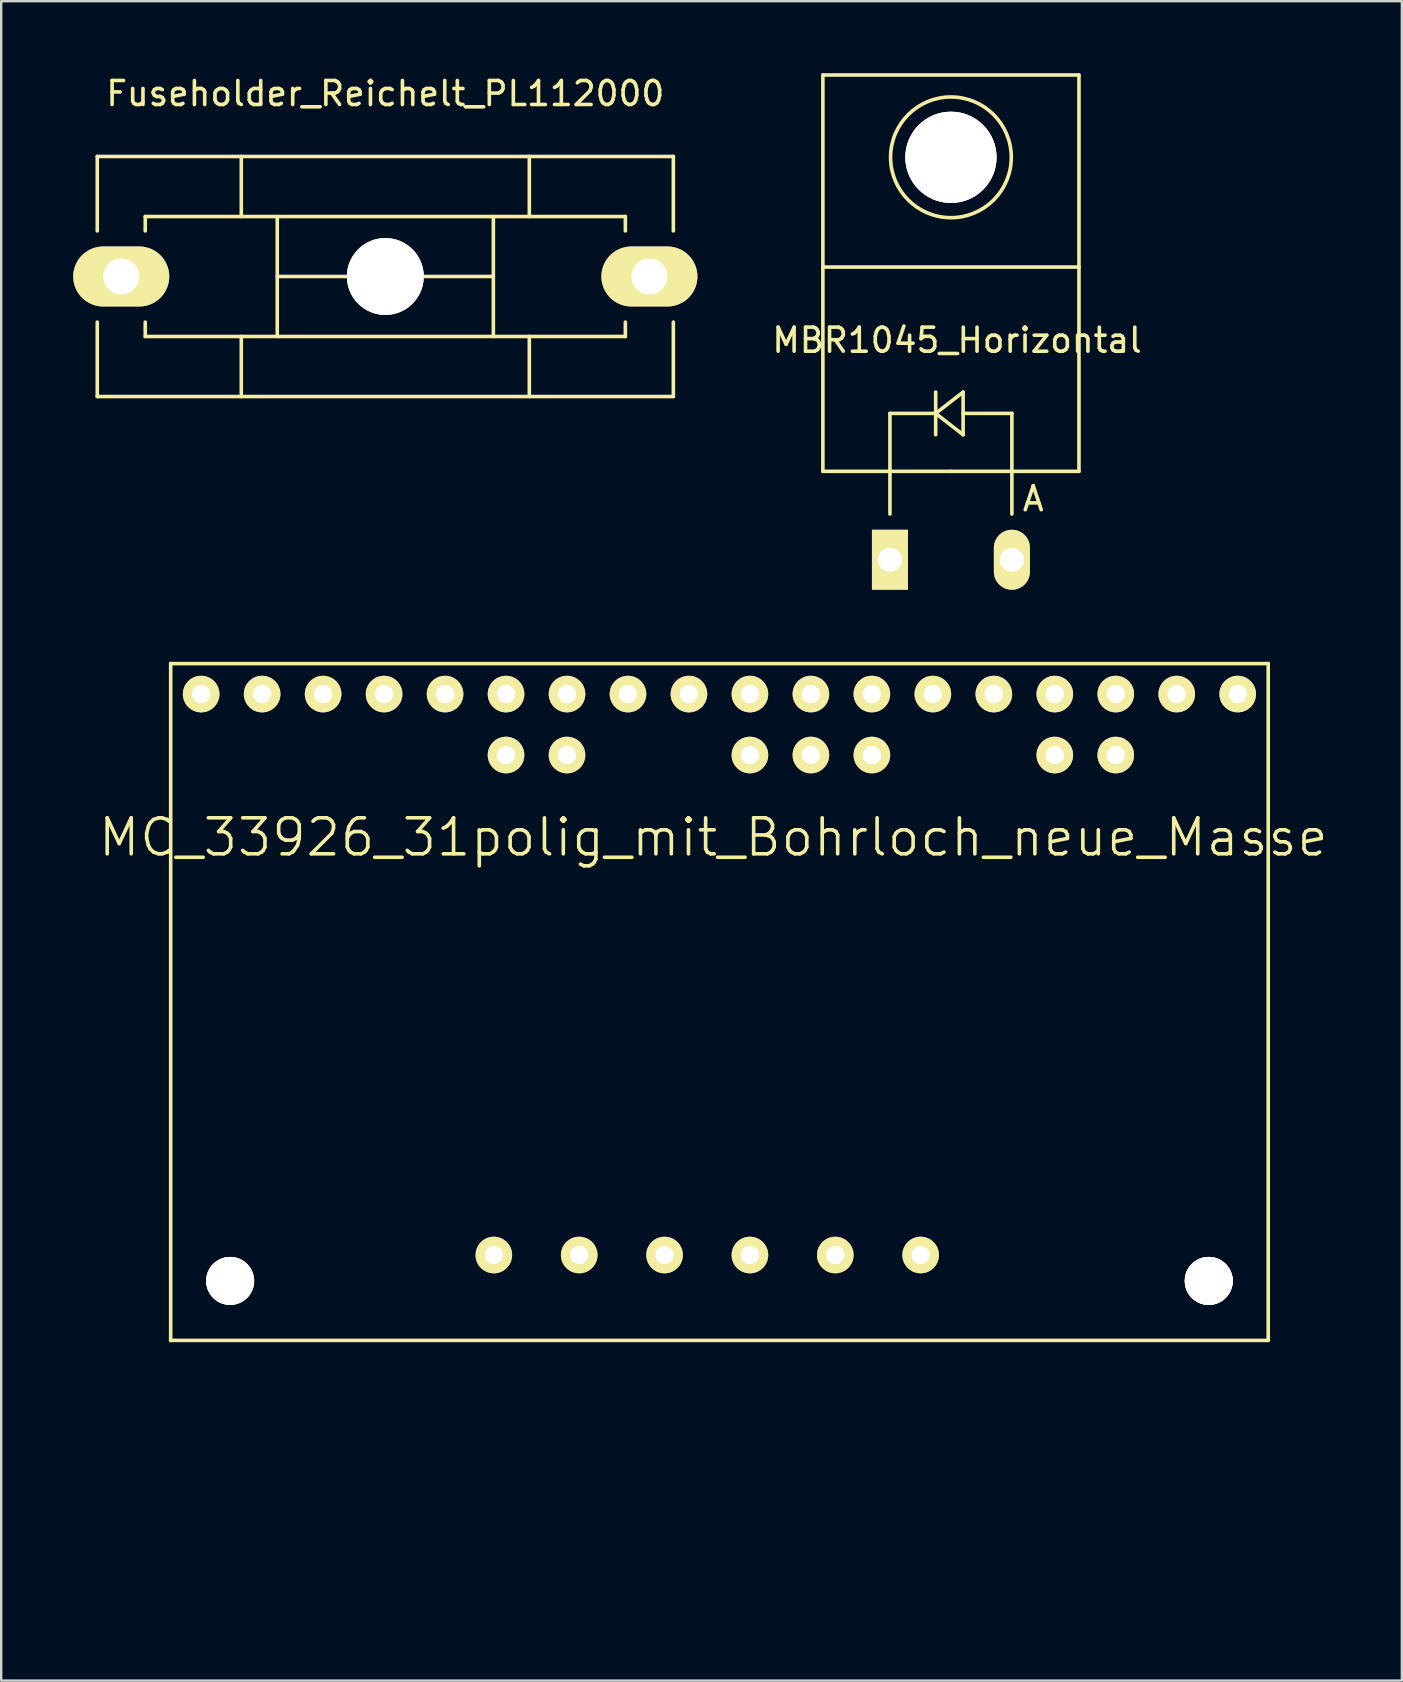
<source format=kicad_pcb>
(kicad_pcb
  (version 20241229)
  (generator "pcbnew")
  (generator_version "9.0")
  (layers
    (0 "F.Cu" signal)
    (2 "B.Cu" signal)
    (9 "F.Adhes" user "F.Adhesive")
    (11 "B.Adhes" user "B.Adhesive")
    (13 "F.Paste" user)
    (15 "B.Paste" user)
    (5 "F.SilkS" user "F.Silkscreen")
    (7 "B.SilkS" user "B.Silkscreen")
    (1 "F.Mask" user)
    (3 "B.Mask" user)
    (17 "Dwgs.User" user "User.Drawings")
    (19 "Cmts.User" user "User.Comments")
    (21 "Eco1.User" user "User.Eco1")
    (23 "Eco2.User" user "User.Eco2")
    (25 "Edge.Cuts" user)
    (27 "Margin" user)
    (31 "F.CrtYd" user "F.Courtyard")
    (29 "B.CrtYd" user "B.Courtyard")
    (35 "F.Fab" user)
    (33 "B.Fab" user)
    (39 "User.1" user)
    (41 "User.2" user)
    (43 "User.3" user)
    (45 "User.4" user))
  (footprint "MBR1045_Horizontal"
    (layer "F.Cu")
    (at 36.563 20.268)
    (property "Reference" "MBR1045_Horizontal" (at 0.254 -9.144 0) (layer "F.SilkS") (effects (font (size 1 1) (thickness 0.15))))
    (attr through_hole)
    (fp_line (start -5.334 -20.193) (end -5.334 -12.192) (stroke (width 0.15) (type solid)) (layer "F.SilkS"))
    (fp_line (start -5.334 -12.192) (end -5.334 -3.683) (stroke (width 0.15) (type solid)) (layer "F.SilkS"))
    (fp_line (start -2.54 -6.096) (end -2.54 -3.683) (stroke (width 0.15) (type solid)) (layer "F.SilkS"))
    (fp_line (start -2.54 -3.683) (end -2.54 -1.905) (stroke (width 0.15) (type solid)) (layer "F.SilkS"))
    (fp_line (start -0.635 -6.985) (end -0.635 -5.207) (stroke (width 0.15) (type solid)) (layer "F.SilkS"))
    (fp_line (start -0.635 -6.096) (end -2.54 -6.096) (stroke (width 0.15) (type solid)) (layer "F.SilkS"))
    (fp_line (start -0.635 -6.096) (end 0.508 -6.985) (stroke (width 0.15) (type solid)) (layer "F.SilkS"))
    (fp_line (start 0 -3.683) (end -5.334 -3.683) (stroke (width 0.15) (type solid)) (layer "F.SilkS"))
    (fp_line (start 0 -3.683) (end 5.334 -3.683) (stroke (width 0.15) (type solid)) (layer "F.SilkS"))
    (fp_line (start 0.508 -6.985) (end 0.508 -5.207) (stroke (width 0.15) (type solid)) (layer "F.SilkS"))
    (fp_line (start 0.508 -6.096) (end 2.54 -6.096) (stroke (width 0.15) (type solid)) (layer "F.SilkS"))
    (fp_line (start 0.508 -5.207) (end -0.635 -6.096) (stroke (width 0.15) (type solid)) (layer "F.SilkS"))
    (fp_line (start 2.54 -6.096) (end 2.54 -3.683) (stroke (width 0.15) (type solid)) (layer "F.SilkS"))
    (fp_line (start 2.54 -3.683) (end 2.54 -1.905) (stroke (width 0.15) (type solid)) (layer "F.SilkS"))
    (fp_line (start 5.334 -20.193) (end -5.334 -20.193) (stroke (width 0.15) (type solid)) (layer "F.SilkS"))
    (fp_line (start 5.334 -12.192) (end -5.334 -12.192) (stroke (width 0.15) (type solid)) (layer "F.SilkS"))
    (fp_line (start 5.334 -12.192) (end 5.334 -20.193) (stroke (width 0.15) (type solid)) (layer "F.SilkS"))
    (fp_line (start 5.334 -3.683) (end 5.334 -12.192) (stroke (width 0.15) (type solid)) (layer "F.SilkS"))
    (fp_circle (center 0 -16.764) (end 1.778 -14.986) (stroke (width 0.15) (type solid)) (fill no) (layer "F.SilkS"))
    (fp_text user "A" (at 3.429 -2.54 0) (layer "F.SilkS") (effects (font (size 1 1) (thickness 0.15))))
    (pad "1" thru_hole oval (at 2.54 0 90) (size 2.499 1.501) (drill 1.001) (layers "*.Cu" "*.Mask" "F.SilkS"))
    (pad "2" thru_hole rect (at -2.54 0 90) (size 2.499 1.501) (drill 1.001) (layers "*.Cu" "*.Mask" "F.SilkS"))
    (pad "3" thru_hole circle (at 0 -16.764 90) (size 3.8 3.8) (drill 3.8) (layers "*.Cu" "*.Mask" "F.SilkS")))
  (footprint "Fuseholder_Reichelt_PL112000"
    (layer "F.Cu")
    (at 13.001 8.468)
    (property "Reference" "Fuseholder_Reichelt_PL112000" (at 0 -7.62 0) (layer "F.SilkS") (effects (font (size 1 1) (thickness 0.15))))
    (attr through_hole)
    (fp_line (start -11.999 -5.001) (end -11.999 -1.9) (stroke (width 0.15) (type solid)) (layer "F.SilkS"))
    (fp_line (start -11.999 1.9) (end -11.999 5.001) (stroke (width 0.15) (type solid)) (layer "F.SilkS"))
    (fp_line (start -11.999 5.001) (end 11.999 5.001) (stroke (width 0.15) (type solid)) (layer "F.SilkS"))
    (fp_line (start -10 -2.499) (end -10 -1.9) (stroke (width 0.15) (type solid)) (layer "F.SilkS"))
    (fp_line (start -10 1.9) (end -10 2.499) (stroke (width 0.15) (type solid)) (layer "F.SilkS"))
    (fp_line (start -10 2.499) (end 10 2.499) (stroke (width 0.15) (type solid)) (layer "F.SilkS"))
    (fp_line (start -5.999 -2.499) (end -5.999 -5.001) (stroke (width 0.15) (type solid)) (layer "F.SilkS"))
    (fp_line (start -5.999 5.001) (end -5.999 2.499) (stroke (width 0.15) (type solid)) (layer "F.SilkS"))
    (fp_line (start -4.501 -2.499) (end -4.501 2.499) (stroke (width 0.15) (type solid)) (layer "F.SilkS"))
    (fp_line (start -4.501 0) (end 4.501 0) (stroke (width 0.15) (type solid)) (layer "F.SilkS"))
    (fp_line (start 4.501 -2.499) (end 4.501 2.499) (stroke (width 0.15) (type solid)) (layer "F.SilkS"))
    (fp_line (start 5.999 -5.001) (end 5.999 -2.499) (stroke (width 0.15) (type solid)) (layer "F.SilkS"))
    (fp_line (start 5.999 5.001) (end 5.999 2.499) (stroke (width 0.15) (type solid)) (layer "F.SilkS"))
    (fp_line (start 10 -2.499) (end -10 -2.499) (stroke (width 0.15) (type solid)) (layer "F.SilkS"))
    (fp_line (start 10 -1.9) (end 10 -2.499) (stroke (width 0.15) (type solid)) (layer "F.SilkS"))
    (fp_line (start 10 2.499) (end 10 1.9) (stroke (width 0.15) (type solid)) (layer "F.SilkS"))
    (fp_line (start 11.999 -5.001) (end -11.999 -5.001) (stroke (width 0.15) (type solid)) (layer "F.SilkS"))
    (fp_line (start 11.999 -1.9) (end 11.999 -5.001) (stroke (width 0.15) (type solid)) (layer "F.SilkS"))
    (fp_line (start 11.999 5.001) (end 11.999 1.9) (stroke (width 0.15) (type solid)) (layer "F.SilkS"))
    (pad "1" thru_hole oval (at -11.001 0 270) (size 2.499 4) (drill 1.501) (layers "*.Cu" "*.Mask" "F.SilkS"))
    (pad "2" thru_hole oval (at 11.001 0 270) (size 2.499 4) (drill 1.501) (layers "*.Cu" "*.Mask" "F.SilkS"))
    (pad "~" thru_hole circle (at 0 0) (size 3.2 3.2) (drill 3.2) (layers "*.Cu" "*.Mask" "F.SilkS")))
  (footprint "MC_33926_31polig_mit_Bohrloch_neue_Masse"
    (layer "F.Cu")
    (at 0.25 63.709)
    (property "Reference" "MC_33926_31polig_mit_Bohrloch_neue_Masse" (at 26.416 -31.877 0) (layer "F.SilkS") (effects (font (size 1.5 1.5) (thickness 0.15))))
    (attr through_hole)
    (fp_line (start 3.81 -39.116) (end 49.53 -39.116) (stroke (width 0.15) (type solid)) (layer "F.SilkS"))
    (fp_line (start 3.81 -10.922) (end 3.81 -39.116) (stroke (width 0.15) (type solid)) (layer "F.SilkS"))
    (fp_line (start 49.53 -39.116) (end 49.53 -10.922) (stroke (width 0.15) (type solid)) (layer "F.SilkS"))
    (fp_line (start 49.53 -10.922) (end 3.81 -10.922) (stroke (width 0.15) (type solid)) (layer "F.SilkS"))
    (fp_circle (center 6.287 -13.399) (end 7.048 -13.906) (stroke (width 0.15) (type solid)) (fill no) (layer "F.SilkS"))
    (fp_circle (center 17.78 -35.306) (end 17.907 -35.052) (stroke (width 0.15) (type solid)) (fill no) (layer "F.SilkS"))
    (fp_circle (center 20.32 -35.306) (end 20.447 -35.052) (stroke (width 0.15) (type solid)) (fill no) (layer "F.SilkS"))
    (fp_circle (center 27.94 -35.306) (end 28.067 -35.052) (stroke (width 0.15) (type solid)) (fill no) (layer "F.SilkS"))
    (fp_circle (center 30.48 -35.306) (end 30.607 -35.052) (stroke (width 0.15) (type solid)) (fill no) (layer "F.SilkS"))
    (fp_circle (center 33.02 -35.306) (end 33.147 -35.052) (stroke (width 0.15) (type solid)) (fill no) (layer "F.SilkS"))
    (fp_circle (center 40.64 -35.306) (end 40.767 -35.052) (stroke (width 0.15) (type solid)) (fill no) (layer "F.SilkS"))
    (fp_circle (center 43.18 -35.306) (end 43.434 -35.179) (stroke (width 0.15) (type solid)) (fill no) (layer "F.SilkS"))
    (fp_circle (center 47.053 -13.399) (end 47.816 -13.906) (stroke (width 0.15) (type solid)) (fill no) (layer "F.SilkS"))
    (fp_circle (center 47.053 -13.399) (end 47.816 -13.906) (stroke (width 0.15) (type solid)) (fill no) (layer "F.SilkS"))
    (fp_circle (center 47.053 -13.399) (end 47.816 -13.906) (stroke (width 0.15) (type solid)) (fill no) (layer "F.SilkS"))
    (fp_circle (center 47.053 -13.399) (end 47.816 -13.906) (stroke (width 0.15) (type solid)) (fill no) (layer "F.SilkS"))
    (pad "1" thru_hole circle (at 5.08 -37.846) (size 1.524 1.524) (drill 0.762) (layers "*.Cu" "*.Mask" "F.SilkS"))
    (pad "2" thru_hole circle (at 7.62 -37.846) (size 1.524 1.524) (drill 0.762) (layers "*.Cu" "*.Mask" "F.SilkS"))
    (pad "3" thru_hole circle (at 10.16 -37.846) (size 1.524 1.524) (drill 0.762) (layers "*.Cu" "*.Mask" "F.SilkS"))
    (pad "4" thru_hole circle (at 12.7 -37.846) (size 1.524 1.524) (drill 0.762) (layers "*.Cu" "*.Mask" "F.SilkS"))
    (pad "5" thru_hole circle (at 15.24 -37.846) (size 1.524 1.524) (drill 0.762) (layers "*.Cu" "*.Mask" "F.SilkS"))
    (pad "6" thru_hole circle (at 17.78 -37.846) (size 1.524 1.524) (drill 0.762) (layers "*.Cu" "*.Mask" "F.SilkS"))
    (pad "7" thru_hole circle (at 20.32 -37.846) (size 1.524 1.524) (drill 0.762) (layers "*.Cu" "*.Mask" "F.SilkS"))
    (pad "8" thru_hole circle (at 22.86 -37.846) (size 1.524 1.524) (drill 0.762) (layers "*.Cu" "*.Mask" "F.SilkS"))
    (pad "9" thru_hole circle (at 25.4 -37.846) (size 1.524 1.524) (drill 0.762) (layers "*.Cu" "*.Mask" "F.SilkS"))
    (pad "10" thru_hole circle (at 27.94 -37.846) (size 1.524 1.524) (drill 0.762) (layers "*.Cu" "*.Mask" "F.SilkS"))
    (pad "11" thru_hole circle (at 30.48 -37.846) (size 1.524 1.524) (drill 0.762) (layers "*.Cu" "*.Mask" "F.SilkS"))
    (pad "12" thru_hole circle (at 33.02 -37.846) (size 1.524 1.524) (drill 0.762) (layers "*.Cu" "*.Mask" "F.SilkS"))
    (pad "13" thru_hole circle (at 35.56 -37.846) (size 1.524 1.524) (drill 0.762) (layers "*.Cu" "*.Mask" "F.SilkS"))
    (pad "14" thru_hole circle (at 38.1 -37.846) (size 1.524 1.524) (drill 0.762) (layers "*.Cu" "*.Mask" "F.SilkS"))
    (pad "15" thru_hole circle (at 40.64 -37.846) (size 1.524 1.524) (drill 0.762) (layers "*.Cu" "*.Mask" "F.SilkS"))
    (pad "16" thru_hole circle (at 43.18 -37.846) (size 1.524 1.524) (drill 0.762) (layers "*.Cu" "*.Mask" "F.SilkS"))
    (pad "17" thru_hole circle (at 45.72 -37.846) (size 1.524 1.524) (drill 0.762) (layers "*.Cu" "*.Mask" "F.SilkS"))
    (pad "18" thru_hole circle (at 48.26 -37.846) (size 1.524 1.524) (drill 0.762) (layers "*.Cu" "*.Mask" "F.SilkS"))
    (pad "19" thru_hole circle (at 17.272 -14.478) (size 1.524 1.524) (drill 0.762) (layers "*.Cu" "*.Mask" "F.SilkS"))
    (pad "20" thru_hole circle (at 20.828 -14.478) (size 1.524 1.524) (drill 0.762) (layers "*.Cu" "*.Mask" "F.SilkS"))
    (pad "21" thru_hole circle (at 24.384 -14.478) (size 1.524 1.524) (drill 0.762) (layers "*.Cu" "*.Mask" "F.SilkS"))
    (pad "22" thru_hole circle (at 27.94 -14.478) (size 1.524 1.524) (drill 0.762) (layers "*.Cu" "*.Mask" "F.SilkS"))
    (pad "23" thru_hole circle (at 31.496 -14.478) (size 1.524 1.524) (drill 0.762) (layers "*.Cu" "*.Mask" "F.SilkS"))
    (pad "24" thru_hole circle (at 35.052 -14.478) (size 1.524 1.524) (drill 0.762) (layers "*.Cu" "*.Mask" "F.SilkS"))
    (pad "25" thru_hole circle (at 17.78 -35.306) (size 1.524 1.524) (drill 0.762) (layers "*.Cu" "*.Mask" "F.SilkS"))
    (pad "26" thru_hole circle (at 20.32 -35.306) (size 1.524 1.524) (drill 0.762) (layers "*.Cu" "*.Mask" "F.SilkS"))
    (pad "27" thru_hole circle (at 27.94 -35.306) (size 1.524 1.524) (drill 0.762) (layers "*.Cu" "*.Mask" "F.SilkS"))
    (pad "28" thru_hole circle (at 30.48 -35.306) (size 1.524 1.524) (drill 0.762) (layers "*.Cu" "*.Mask" "F.SilkS"))
    (pad "29" thru_hole circle (at 33.02 -35.306) (size 1.524 1.524) (drill 0.762) (layers "*.Cu" "*.Mask" "F.SilkS"))
    (pad "30" thru_hole circle (at 40.64 -35.306) (size 1.524 1.524) (drill 0.762) (layers "*.Cu" "*.Mask" "F.SilkS"))
    (pad "31" thru_hole circle (at 43.18 -35.306) (size 1.524 1.524) (drill 0.762) (layers "*.Cu" "*.Mask" "F.SilkS"))
    (pad "~" thru_hole circle (at 6.287 -13.399) (size 2 2) (drill 2) (layers "*.Cu" "*.Mask" "F.SilkS"))
    (pad "~" thru_hole circle (at 47.053 -13.399) (size 2 2) (drill 2) (layers "*.Cu" "*.Mask" "F.SilkS")))
  (gr_rect
    (start -3 -3)
    (end 55.348 66.959)
    (stroke (width 0.1) (type default))
    (fill no)
    (layer "Edge.Cuts")))
</source>
